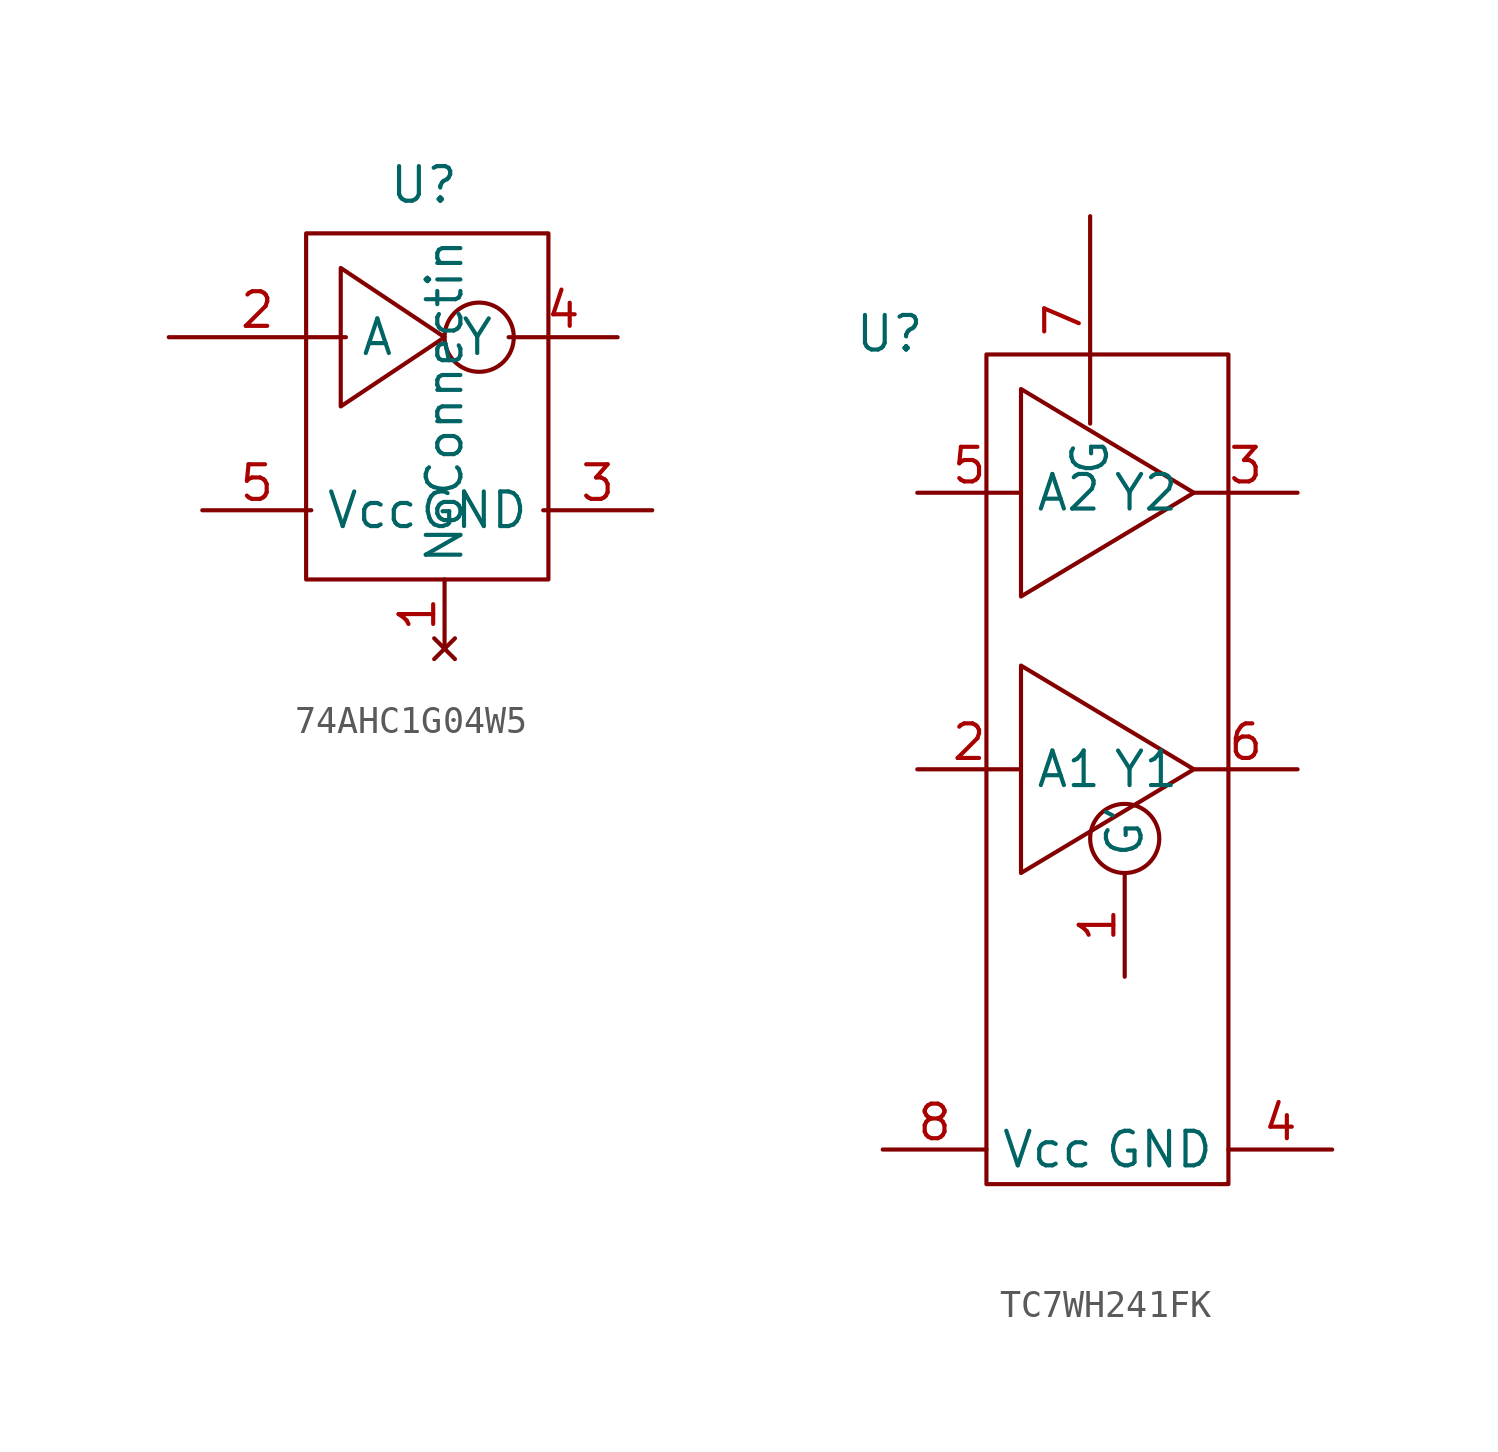
<source format=kicad_sym>
(kicad_symbol_lib
  (version 20241209)
  (generator "kicad_symbol_editor")
  (generator_version "9.0")
  (symbol "74AHC1G04W5"
    (property "Reference" "U"
      (at 0.508 8.128 0)
      (effects (font (size 1.27 1.27))))
    (property "Value" ""
      (at 0 0 0)
      (effects (font (size 1.27 1.27))))
    (symbol "74AHC1G04W5_0_1"
      (rectangle (start -3.81 6.35) (end 5.08 -6.35) (stroke (width 0) (type default)) (fill (type none)))
      (polyline (pts (xy -2.54 5.08) (xy -2.54 0) (xy 1.27 2.54) (xy -2.54 5.08)) (stroke (width 0) (type default)) (fill (type none)))
      (circle (center 2.54 2.54) (radius 1.27) (stroke (width 0) (type default)) (fill (type none))))
    (symbol "74AHC1G04W5_1_1"
      (pin input line (at -8.85 2.54 0) (length 6.5) (name "A" (effects (font (size 1.27 1.27)))) (number "2" (effects (font (size 1.27 1.27)))))
      (pin power_in line (at -7.62 -3.81 0) (length 4) (name "Vcc" (effects (font (size 1.27 1.27)))) (number "5" (effects (font (size 1.27 1.27)))))
      (pin no_connect line (at 1.27 -8.89 90) (length 2.54) (name "NoConnectin" (effects (font (size 1.27 1.27)))) (number "1" (effects (font (size 1.27 1.27)))))
      (pin output line (at 7.62 2.54 180) (length 4) (name "Y" (effects (font (size 1.27 1.27)))) (number "4" (effects (font (size 1.27 1.27)))))
      (pin power_out line (at 8.89 -3.81 180) (length 4) (name "GND" (effects (font (size 1.27 1.27)))) (number "3" (effects (font (size 1.27 1.27)))))))
  (symbol "TC7WH241FK"
    (property "Reference" "U"
      (at -7.366 17.272 0)
      (effects (font (size 1.27 1.27))))
    (property "Value" ""
      (at 0 0 0)
      (effects (font (size 1.27 1.27))))
    (symbol "TC7WH241FK_0_1"
      (rectangle (start -3.81 16.51) (end 5.08 -13.97) (stroke (width 0) (type default)) (fill (type none)))
      (polyline (pts (xy -2.54 15.24) (xy -2.54 7.62) (xy 3.81 11.43) (xy -2.54 15.24)) (stroke (width 0) (type default)) (fill (type none)))
      (polyline (pts (xy -2.54 5.08) (xy -2.54 -2.54) (xy 3.81 1.27) (xy -2.54 5.08)) (stroke (width 0) (type default)) (fill (type none)))
      (circle (center 1.27 -1.27) (radius 1.27) (stroke (width 0) (type default)) (fill (type none))))
    (symbol "TC7WH241FK_1_1"
      (pin power_in line (at -7.62 -12.7 0) (length 3.81) (name "Vcc" (effects (font (size 1.27 1.27)))) (number "8" (effects (font (size 1.27 1.27)))))
      (pin input line (at -6.35 11.43 0) (length 3.81) (name "A2" (effects (font (size 1.27 1.27)))) (number "5" (effects (font (size 1.27 1.27)))))
      (pin input line (at -6.35 1.27 0) (length 3.81) (name "A1" (effects (font (size 1.27 1.27)))) (number "2" (effects (font (size 1.27 1.27)))))
      (pin input line (at 0 21.59 270) (length 7.62) (name "G" (effects (font (size 1.27 1.27)))) (number "7" (effects (font (size 1.27 1.27)))))
      (pin input line (at 1.27 -6.35 90) (length 3.81) (name "G'" (effects (font (size 1.27 1.27)))) (number "1" (effects (font (size 1.27 1.27)))))
      (pin output line (at 7.62 11.43 180) (length 3.81) (name "Y2" (effects (font (size 1.27 1.27)))) (number "3" (effects (font (size 1.27 1.27)))))
      (pin output line (at 7.62 1.27 180) (length 3.81) (name "Y1" (effects (font (size 1.27 1.27)))) (number "6" (effects (font (size 1.27 1.27)))))
      (pin power_out line (at 8.89 -12.7 180) (length 3.81) (name "GND" (effects (font (size 1.27 1.27)))) (number "4" (effects (font (size 1.27 1.27))))))))
</source>
